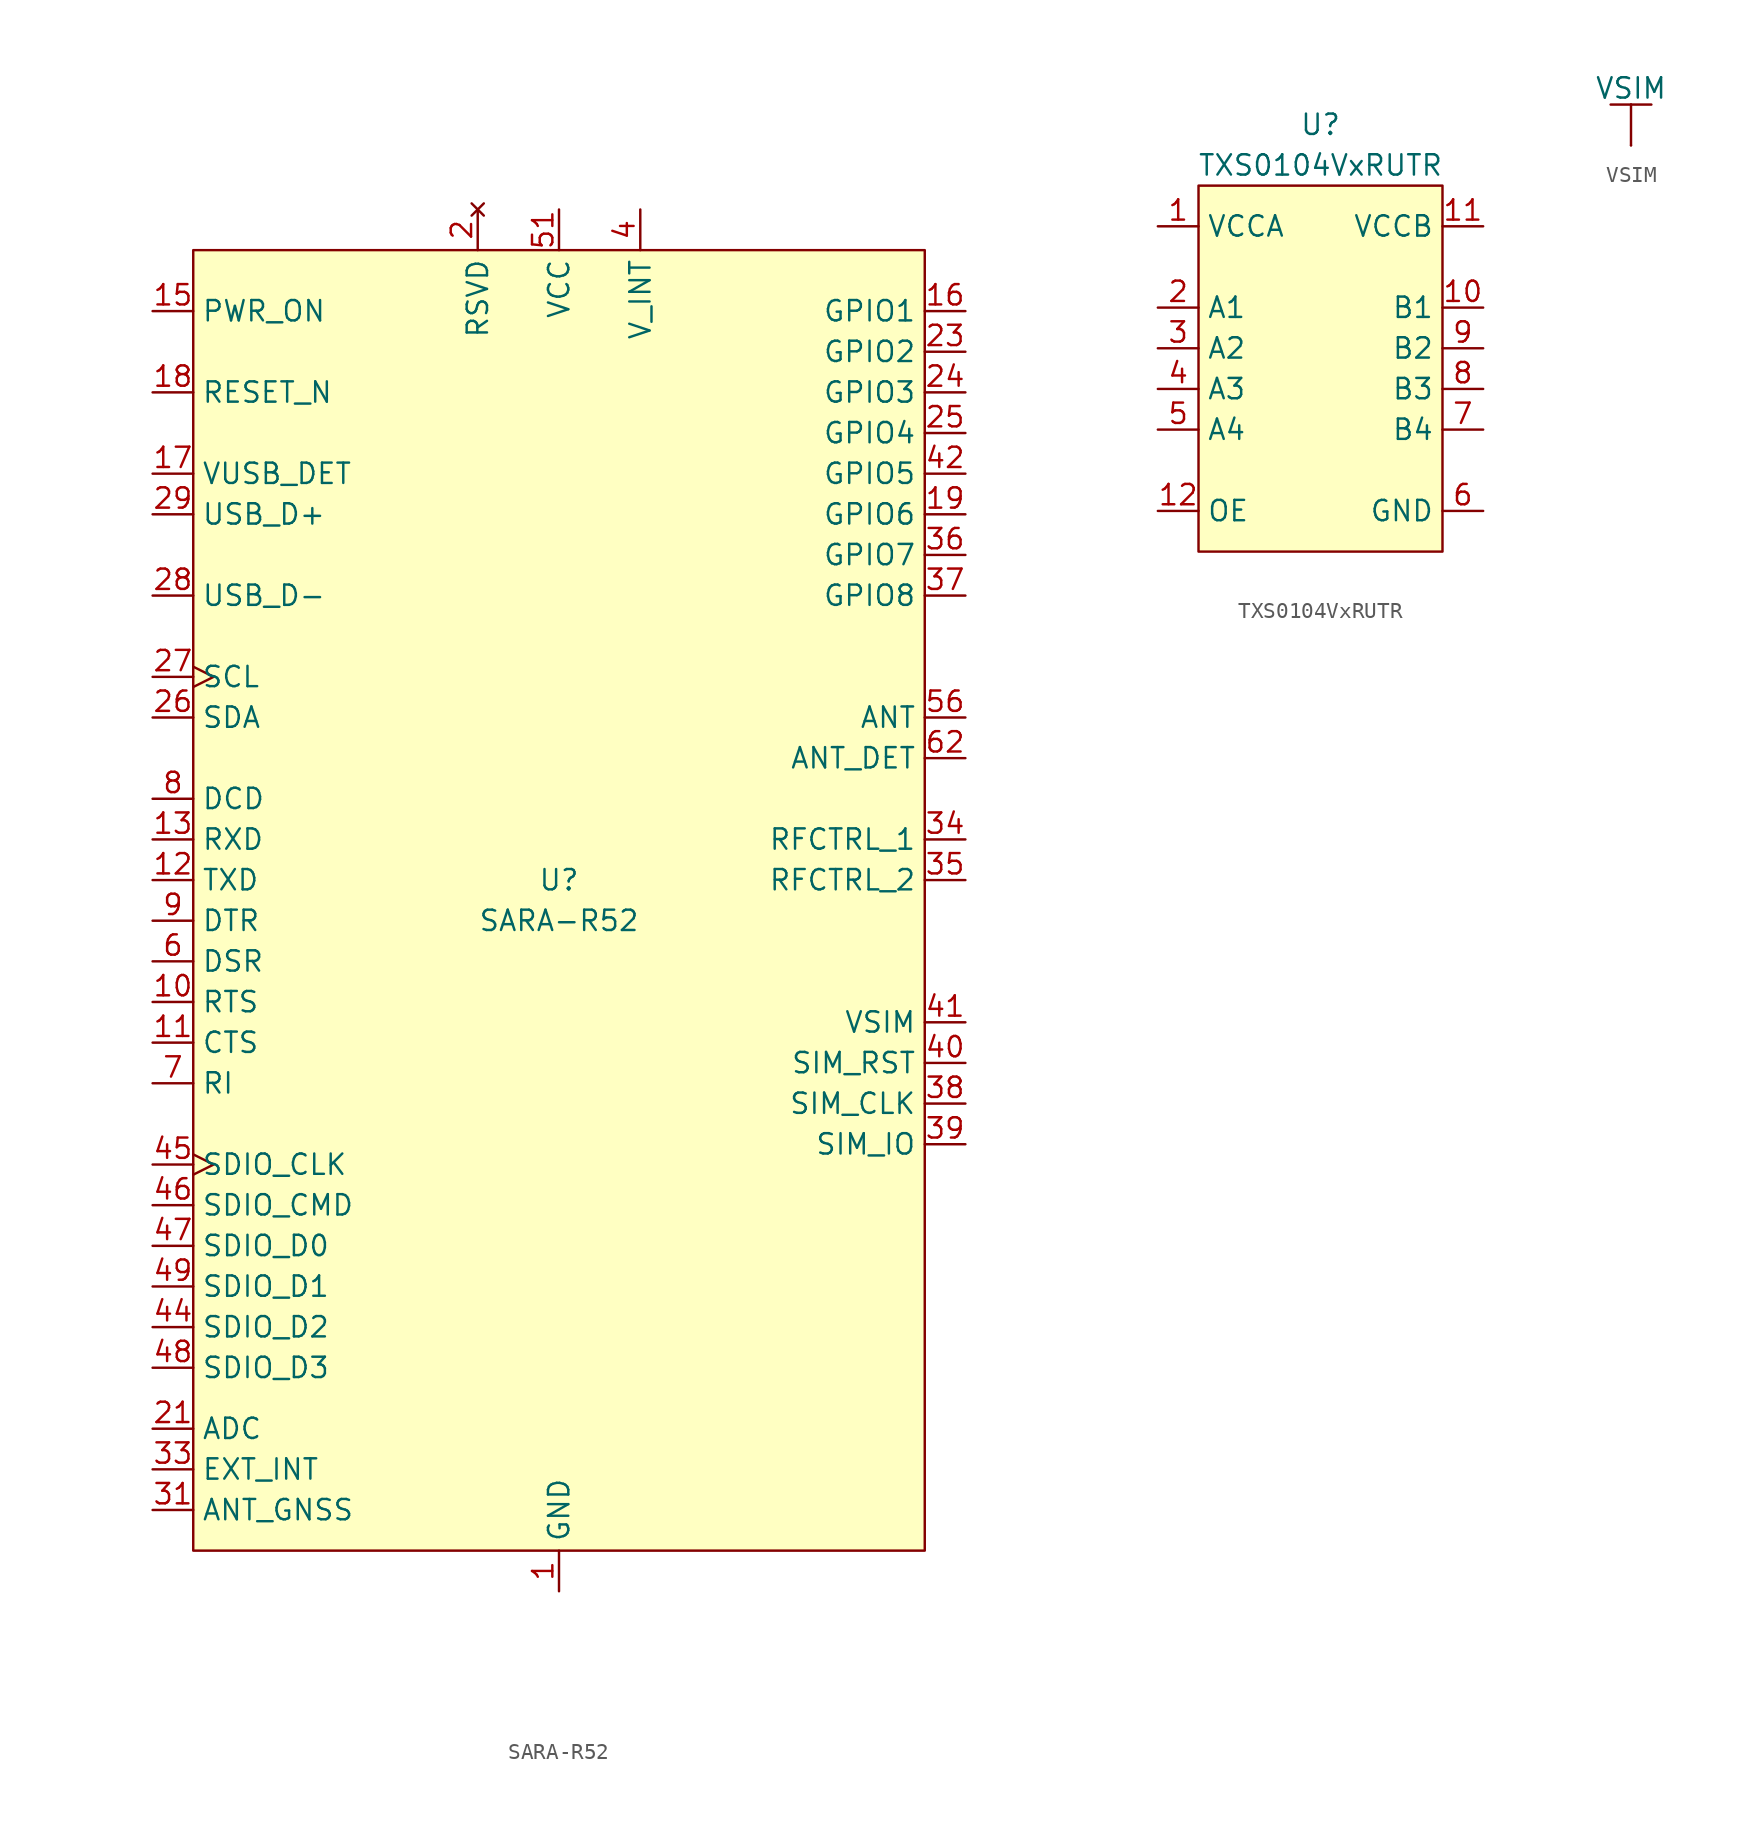
<source format=kicad_sym>
(kicad_symbol_lib
  (version 20231120)
  (generator "kicad_symbol_editor")
  (generator_version "8.0")
  (symbol "SARA-R52"
    (property "Reference" "U"
      (at 0 1.27 0)
      (do_not_autoplace)
      (effects (font (size 1.27 1.27))))
    (property "Value" "SARA-R52"
      (at 0 -1.27 0)
      (do_not_autoplace)
      (effects (font (size 1.27 1.27))))
    (symbol "SARA-R52_0_0"
      (pin passive line (at 0 -43.18 90) (length 2.54) (name "GND" (effects (font (size 1.27 1.27)))) (number "1" (effects (font (size 1.27 1.27)))))
      (pin passive line (at 0 -43.18 90) (length 2.54) hide (name "GND" (effects (font (size 1.27 1.27)))) (number "14" (effects (font (size 1.27 1.27)))))
      (pin bidirectional line (at 25.4 24.13 180) (length 2.54) (name "GPIO6" (effects (font (size 1.27 1.27)))) (number "19" (effects (font (size 1.27 1.27)))))
      (pin bidirectional line (at -25.4 11.43 0) (length 2.54) (name "SDA" (effects (font (size 1.27 1.27)))) (number "26" (effects (font (size 1.27 1.27)))))
      (pin bidirectional clock (at -25.4 13.97 0) (length 2.54) (name "SCL" (effects (font (size 1.27 1.27)))) (number "27" (effects (font (size 1.27 1.27)))))
      (pin passive line (at 0 -43.18 90) (length 2.54) hide (name "GND" (effects (font (size 1.27 1.27)))) (number "3" (effects (font (size 1.27 1.27)))))
      (pin passive line (at 0 -43.18 90) (length 2.54) hide (name "GND" (effects (font (size 1.27 1.27)))) (number "32" (effects (font (size 1.27 1.27)))))
      (pin output line (at 25.4 -12.7 180) (length 2.54) (name "SIM_CLK" (effects (font (size 1.27 1.27)))) (number "38" (effects (font (size 1.27 1.27)))))
      (pin power_out line (at 5.08 43.18 270) (length 2.54) (name "V_INT" (effects (font (size 1.27 1.27)))) (number "4" (effects (font (size 1.27 1.27)))))
      (pin output line (at 25.4 -10.16 180) (length 2.54) (name "SIM_RST" (effects (font (size 1.27 1.27)))) (number "40" (effects (font (size 1.27 1.27)))))
      (pin bidirectional line (at -25.4 -3.81 0) (length 2.54) (name "DSR" (effects (font (size 1.27 1.27)))) (number "6" (effects (font (size 1.27 1.27)))))
      (pin output line (at -25.4 -11.43 0) (length 2.54) (name "RI" (effects (font (size 1.27 1.27)))) (number "7" (effects (font (size 1.27 1.27))))))
    (symbol "SARA-R52_1_0"
      (pin input line (at -25.4 -6.35 0) (length 2.54) (name "RTS" (effects (font (size 1.27 1.27)))) (number "10" (effects (font (size 1.27 1.27)))))
      (pin output line (at -25.4 -8.89 0) (length 2.54) (name "CTS" (effects (font (size 1.27 1.27)))) (number "11" (effects (font (size 1.27 1.27)))))
      (pin input line (at -25.4 1.27 0) (length 2.54) (name "TXD" (effects (font (size 1.27 1.27)))) (number "12" (effects (font (size 1.27 1.27)))))
      (pin output line (at -25.4 3.81 0) (length 2.54) (name "RXD" (effects (font (size 1.27 1.27)))) (number "13" (effects (font (size 1.27 1.27)))))
      (pin input line (at -25.4 36.83 0) (length 2.54) (name "PWR_ON" (effects (font (size 1.27 1.27)))) (number "15" (effects (font (size 1.27 1.27)))))
      (pin bidirectional line (at 25.4 36.83 180) (length 2.54) (name "GPIO1" (effects (font (size 1.27 1.27)))) (number "16" (effects (font (size 1.27 1.27)))))
      (pin input line (at -25.4 26.67 0) (length 2.54) (name "VUSB_DET" (effects (font (size 1.27 1.27)))) (number "17" (effects (font (size 1.27 1.27)))))
      (pin input line (at -25.4 31.75 0) (length 2.54) (name "RESET_N" (effects (font (size 1.27 1.27)))) (number "18" (effects (font (size 1.27 1.27)))))
      (pin no_connect line (at -5.08 43.18 270) (length 2.54) (name "RSVD" (effects (font (size 1.27 1.27)))) (number "2" (effects (font (size 1.27 1.27)))) (alternate "V_BCKP_GNSS" power_in line))
      (pin passive line (at 0 -43.18 90) (length 2.54) hide (name "GND" (effects (font (size 1.27 1.27)))) (number "20" (effects (font (size 1.27 1.27)))))
      (pin input line (at -25.4 -33.02 0) (length 2.54) (name "ADC" (effects (font (size 1.27 1.27)))) (number "21" (effects (font (size 1.27 1.27)))))
      (pin passive line (at 0 -43.18 90) (length 2.54) hide (name "GND" (effects (font (size 1.27 1.27)))) (number "22" (effects (font (size 1.27 1.27)))))
      (pin bidirectional line (at 25.4 34.29 180) (length 2.54) (name "GPIO2" (effects (font (size 1.27 1.27)))) (number "23" (effects (font (size 1.27 1.27)))))
      (pin bidirectional line (at 25.4 31.75 180) (length 2.54) (name "GPIO3" (effects (font (size 1.27 1.27)))) (number "24" (effects (font (size 1.27 1.27)))))
      (pin bidirectional line (at 25.4 29.21 180) (length 2.54) (name "GPIO4" (effects (font (size 1.27 1.27)))) (number "25" (effects (font (size 1.27 1.27)))))
      (pin bidirectional line (at -25.4 19.05 0) (length 2.54) (name "USB_D-" (effects (font (size 1.27 1.27)))) (number "28" (effects (font (size 1.27 1.27)))))
      (pin bidirectional line (at -25.4 24.13 0) (length 2.54) (name "USB_D+" (effects (font (size 1.27 1.27)))) (number "29" (effects (font (size 1.27 1.27)))))
      (pin passive line (at 0 -43.18 90) (length 2.54) hide (name "GND" (effects (font (size 1.27 1.27)))) (number "30" (effects (font (size 1.27 1.27)))))
      (pin input line (at -25.4 -38.1 0) (length 2.54) (name "ANT_GNSS" (effects (font (size 1.27 1.27)))) (number "31" (effects (font (size 1.27 1.27)))))
      (pin input line (at -25.4 -35.56 0) (length 2.54) (name "EXT_INT" (effects (font (size 1.27 1.27)))) (number "33" (effects (font (size 1.27 1.27)))) (alternate "RTC_GNSS" input line))
      (pin output line (at 25.4 3.81 180) (length 2.54) (name "RFCTRL_1" (effects (font (size 1.27 1.27)))) (number "34" (effects (font (size 1.27 1.27)))))
      (pin output line (at 25.4 1.27 180) (length 2.54) (name "RFCTRL_2" (effects (font (size 1.27 1.27)))) (number "35" (effects (font (size 1.27 1.27)))))
      (pin bidirectional line (at 25.4 21.59 180) (length 2.54) (name "GPIO7" (effects (font (size 1.27 1.27)))) (number "36" (effects (font (size 1.27 1.27)))))
      (pin bidirectional line (at 25.4 19.05 180) (length 2.54) (name "GPIO8" (effects (font (size 1.27 1.27)))) (number "37" (effects (font (size 1.27 1.27)))) (alternate "ANT_ON" output line))
      (pin bidirectional line (at 25.4 -15.24 180) (length 2.54) (name "SIM_IO" (effects (font (size 1.27 1.27)))) (number "39" (effects (font (size 1.27 1.27)))))
      (pin power_out line (at 25.4 -7.62 180) (length 2.54) (name "VSIM" (effects (font (size 1.27 1.27)))) (number "41" (effects (font (size 1.27 1.27)))))
      (pin bidirectional line (at 25.4 26.67 180) (length 2.54) (name "GPIO5" (effects (font (size 1.27 1.27)))) (number "42" (effects (font (size 1.27 1.27)))) (alternate "SPI_SDO" output line))
      (pin passive line (at 0 -43.18 90) (length 2.54) hide (name "GND" (effects (font (size 1.27 1.27)))) (number "43" (effects (font (size 1.27 1.27)))) (alternate "SPI_SDI" input line))
      (pin bidirectional line (at -25.4 -26.67 0) (length 2.54) (name "SDIO_D2" (effects (font (size 1.27 1.27)))) (number "44" (effects (font (size 1.27 1.27)))) (alternate "SPI_CS_N" input input_low))
      (pin output clock (at -25.4 -16.51 0) (length 2.54) (name "SDIO_CLK" (effects (font (size 1.27 1.27)))) (number "45" (effects (font (size 1.27 1.27)))) (alternate "SPI_CLK" input clock))
      (pin bidirectional line (at -25.4 -19.05 0) (length 2.54) (name "SDIO_CMD" (effects (font (size 1.27 1.27)))) (number "46" (effects (font (size 1.27 1.27)))))
      (pin bidirectional line (at -25.4 -21.59 0) (length 2.54) (name "SDIO_D0" (effects (font (size 1.27 1.27)))) (number "47" (effects (font (size 1.27 1.27)))))
      (pin bidirectional line (at -25.4 -29.21 0) (length 2.54) (name "SDIO_D3" (effects (font (size 1.27 1.27)))) (number "48" (effects (font (size 1.27 1.27)))))
      (pin bidirectional line (at -25.4 -24.13 0) (length 2.54) (name "SDIO_D1" (effects (font (size 1.27 1.27)))) (number "49" (effects (font (size 1.27 1.27)))))
      (pin passive line (at 0 -43.18 90) (length 2.54) hide (name "GND" (effects (font (size 1.27 1.27)))) (number "5" (effects (font (size 1.27 1.27)))))
      (pin passive line (at 0 -43.18 90) (length 2.54) hide (name "GND" (effects (font (size 1.27 1.27)))) (number "50" (effects (font (size 1.27 1.27)))))
      (pin power_in line (at 0 43.18 270) (length 2.54) (name "VCC" (effects (font (size 1.27 1.27)))) (number "51" (effects (font (size 1.27 1.27)))))
      (pin power_in line (at 0 43.18 270) (length 2.54) hide (name "VCC" (effects (font (size 1.27 1.27)))) (number "52" (effects (font (size 1.27 1.27)))))
      (pin power_in line (at 0 43.18 270) (length 2.54) hide (name "VCC" (effects (font (size 1.27 1.27)))) (number "53" (effects (font (size 1.27 1.27)))))
      (pin passive line (at 0 -43.18 90) (length 2.54) hide (name "GND" (effects (font (size 1.27 1.27)))) (number "54" (effects (font (size 1.27 1.27)))))
      (pin passive line (at 0 -43.18 90) (length 2.54) hide (name "GND" (effects (font (size 1.27 1.27)))) (number "55" (effects (font (size 1.27 1.27)))))
      (pin bidirectional line (at 25.4 11.43 180) (length 2.54) (name "ANT" (effects (font (size 1.27 1.27)))) (number "56" (effects (font (size 1.27 1.27)))))
      (pin passive line (at 0 -43.18 90) (length 2.54) hide (name "GND" (effects (font (size 1.27 1.27)))) (number "57" (effects (font (size 1.27 1.27)))))
      (pin passive line (at 0 -43.18 90) (length 2.54) hide (name "GND" (effects (font (size 1.27 1.27)))) (number "58" (effects (font (size 1.27 1.27)))))
      (pin passive line (at 0 -43.18 90) (length 2.54) hide (name "GND" (effects (font (size 1.27 1.27)))) (number "59" (effects (font (size 1.27 1.27)))))
      (pin passive line (at 0 -43.18 90) (length 2.54) hide (name "GND" (effects (font (size 1.27 1.27)))) (number "60" (effects (font (size 1.27 1.27)))))
      (pin passive line (at 0 -43.18 90) (length 2.54) hide (name "GND" (effects (font (size 1.27 1.27)))) (number "61" (effects (font (size 1.27 1.27)))))
      (pin input line (at 25.4 8.89 180) (length 2.54) (name "ANT_DET" (effects (font (size 1.27 1.27)))) (number "62" (effects (font (size 1.27 1.27)))))
      (pin passive line (at 0 -43.18 90) (length 2.54) hide (name "GND" (effects (font (size 1.27 1.27)))) (number "63" (effects (font (size 1.27 1.27)))))
      (pin passive line (at 0 -43.18 90) (length 2.54) hide (name "GND" (effects (font (size 1.27 1.27)))) (number "64" (effects (font (size 1.27 1.27)))))
      (pin passive line (at 0 -43.18 90) (length 2.54) hide (name "GND" (effects (font (size 1.27 1.27)))) (number "65" (effects (font (size 1.27 1.27)))))
      (pin passive line (at 0 -43.18 90) (length 2.54) hide (name "GND" (effects (font (size 1.27 1.27)))) (number "66" (effects (font (size 1.27 1.27)))))
      (pin passive line (at 0 -43.18 90) (length 2.54) hide (name "GND" (effects (font (size 1.27 1.27)))) (number "67" (effects (font (size 1.27 1.27)))))
      (pin passive line (at 0 -43.18 90) (length 2.54) hide (name "GND" (effects (font (size 1.27 1.27)))) (number "68" (effects (font (size 1.27 1.27)))))
      (pin passive line (at 0 -43.18 90) (length 2.54) hide (name "GND" (effects (font (size 1.27 1.27)))) (number "69" (effects (font (size 1.27 1.27)))))
      (pin passive line (at 0 -43.18 90) (length 2.54) hide (name "GND" (effects (font (size 1.27 1.27)))) (number "70" (effects (font (size 1.27 1.27)))))
      (pin passive line (at 0 -43.18 90) (length 2.54) hide (name "GND" (effects (font (size 1.27 1.27)))) (number "71" (effects (font (size 1.27 1.27)))))
      (pin passive line (at 0 -43.18 90) (length 2.54) hide (name "GND" (effects (font (size 1.27 1.27)))) (number "72" (effects (font (size 1.27 1.27)))))
      (pin passive line (at 0 -43.18 90) (length 2.54) hide (name "GND" (effects (font (size 1.27 1.27)))) (number "73" (effects (font (size 1.27 1.27)))))
      (pin passive line (at 0 -43.18 90) (length 2.54) hide (name "GND" (effects (font (size 1.27 1.27)))) (number "74" (effects (font (size 1.27 1.27)))))
      (pin passive line (at 0 -43.18 90) (length 2.54) hide (name "GND" (effects (font (size 1.27 1.27)))) (number "75" (effects (font (size 1.27 1.27)))))
      (pin passive line (at 0 -43.18 90) (length 2.54) hide (name "GND" (effects (font (size 1.27 1.27)))) (number "76" (effects (font (size 1.27 1.27)))))
      (pin passive line (at 0 -43.18 90) (length 2.54) hide (name "GND" (effects (font (size 1.27 1.27)))) (number "77" (effects (font (size 1.27 1.27)))))
      (pin passive line (at 0 -43.18 90) (length 2.54) hide (name "GND" (effects (font (size 1.27 1.27)))) (number "78" (effects (font (size 1.27 1.27)))))
      (pin passive line (at 0 -43.18 90) (length 2.54) hide (name "GND" (effects (font (size 1.27 1.27)))) (number "79" (effects (font (size 1.27 1.27)))))
      (pin output line (at -25.4 6.35 0) (length 2.54) (name "DCD" (effects (font (size 1.27 1.27)))) (number "8" (effects (font (size 1.27 1.27)))))
      (pin passive line (at 0 -43.18 90) (length 2.54) hide (name "GND" (effects (font (size 1.27 1.27)))) (number "80" (effects (font (size 1.27 1.27)))))
      (pin passive line (at 0 -43.18 90) (length 2.54) hide (name "GND" (effects (font (size 1.27 1.27)))) (number "81" (effects (font (size 1.27 1.27)))))
      (pin passive line (at 0 -43.18 90) (length 2.54) hide (name "GND" (effects (font (size 1.27 1.27)))) (number "82" (effects (font (size 1.27 1.27)))))
      (pin passive line (at 0 -43.18 90) (length 2.54) hide (name "GND" (effects (font (size 1.27 1.27)))) (number "83" (effects (font (size 1.27 1.27)))))
      (pin passive line (at 0 -43.18 90) (length 2.54) hide (name "GND" (effects (font (size 1.27 1.27)))) (number "84" (effects (font (size 1.27 1.27)))))
      (pin passive line (at 0 -43.18 90) (length 2.54) hide (name "GND" (effects (font (size 1.27 1.27)))) (number "85" (effects (font (size 1.27 1.27)))))
      (pin passive line (at 0 -43.18 90) (length 2.54) hide (name "GND" (effects (font (size 1.27 1.27)))) (number "86" (effects (font (size 1.27 1.27)))))
      (pin passive line (at 0 -43.18 90) (length 2.54) hide (name "GND" (effects (font (size 1.27 1.27)))) (number "87" (effects (font (size 1.27 1.27)))))
      (pin passive line (at 0 -43.18 90) (length 2.54) hide (name "GND" (effects (font (size 1.27 1.27)))) (number "88" (effects (font (size 1.27 1.27)))))
      (pin passive line (at 0 -43.18 90) (length 2.54) hide (name "GND" (effects (font (size 1.27 1.27)))) (number "89" (effects (font (size 1.27 1.27)))))
      (pin input line (at -25.4 -1.27 0) (length 2.54) (name "DTR" (effects (font (size 1.27 1.27)))) (number "9" (effects (font (size 1.27 1.27)))))
      (pin passive line (at 0 -43.18 90) (length 2.54) hide (name "GND" (effects (font (size 1.27 1.27)))) (number "90" (effects (font (size 1.27 1.27)))))
      (pin passive line (at 0 -43.18 90) (length 2.54) hide (name "GND" (effects (font (size 1.27 1.27)))) (number "91" (effects (font (size 1.27 1.27)))))
      (pin passive line (at 0 -43.18 90) (length 2.54) hide (name "GND" (effects (font (size 1.27 1.27)))) (number "92" (effects (font (size 1.27 1.27)))))
      (pin passive line (at 0 -43.18 90) (length 2.54) hide (name "GND" (effects (font (size 1.27 1.27)))) (number "93" (effects (font (size 1.27 1.27)))))
      (pin passive line (at 0 -43.18 90) (length 2.54) hide (name "GND" (effects (font (size 1.27 1.27)))) (number "94" (effects (font (size 1.27 1.27)))))
      (pin passive line (at 0 -43.18 90) (length 2.54) hide (name "GND" (effects (font (size 1.27 1.27)))) (number "95" (effects (font (size 1.27 1.27)))))
      (pin passive line (at 0 -43.18 90) (length 2.54) hide (name "GND" (effects (font (size 1.27 1.27)))) (number "96" (effects (font (size 1.27 1.27))))))
    (symbol "SARA-R52_1_1"
      (rectangle (start -22.86 40.64) (end 22.86 -40.64) (stroke (width 0) (type default)) (fill (type background)))))
  (symbol "TXS0104VxRUTR"
    (property "Reference" "U"
      (at 0 15.24 0)
      (do_not_autoplace)
      (effects (font (size 1.27 1.27))))
    (property "Value" "TXS0104VxRUTR"
      (at 0 12.7 0)
      (do_not_autoplace)
      (effects (font (size 1.27 1.27))))
    (symbol "TXS0104VxRUTR_0_0"
      (pin power_in line (at -10.16 8.89 0) (length 2.54) (name "VCCA" (effects (font (size 1.27 1.27)))) (number "1" (effects (font (size 1.27 1.27)))))
      (pin bidirectional line (at 10.16 3.81 180) (length 2.54) (name "B1" (effects (font (size 1.27 1.27)))) (number "10" (effects (font (size 1.27 1.27)))))
      (pin power_in line (at 10.16 8.89 180) (length 2.54) (name "VCCB" (effects (font (size 1.27 1.27)))) (number "11" (effects (font (size 1.27 1.27)))))
      (pin input line (at -10.16 -8.89 0) (length 2.54) (name "OE" (effects (font (size 1.27 1.27)))) (number "12" (effects (font (size 1.27 1.27)))))
      (pin bidirectional line (at -10.16 3.81 0) (length 2.54) (name "A1" (effects (font (size 1.27 1.27)))) (number "2" (effects (font (size 1.27 1.27)))))
      (pin bidirectional line (at -10.16 1.27 0) (length 2.54) (name "A2" (effects (font (size 1.27 1.27)))) (number "3" (effects (font (size 1.27 1.27)))))
      (pin bidirectional line (at -10.16 -1.27 0) (length 2.54) (name "A3" (effects (font (size 1.27 1.27)))) (number "4" (effects (font (size 1.27 1.27)))))
      (pin bidirectional line (at -10.16 -3.81 0) (length 2.54) (name "A4" (effects (font (size 1.27 1.27)))) (number "5" (effects (font (size 1.27 1.27)))))
      (pin passive line (at 10.16 -8.89 180) (length 2.54) (name "GND" (effects (font (size 1.27 1.27)))) (number "6" (effects (font (size 1.27 1.27)))))
      (pin bidirectional line (at 10.16 -3.81 180) (length 2.54) (name "B4" (effects (font (size 1.27 1.27)))) (number "7" (effects (font (size 1.27 1.27)))))
      (pin bidirectional line (at 10.16 -1.27 180) (length 2.54) (name "B3" (effects (font (size 1.27 1.27)))) (number "8" (effects (font (size 1.27 1.27)))))
      (pin bidirectional line (at 10.16 1.27 180) (length 2.54) (name "B2" (effects (font (size 1.27 1.27)))) (number "9" (effects (font (size 1.27 1.27))))))
    (symbol "TXS0104VxRUTR_1_1"
      (rectangle (start -7.62 11.43) (end 7.62 -11.43) (stroke (width 0) (type default)) (fill (type background)))))
  (symbol "VSIM"
    (power)
    (pin_numbers hide)
    (pin_names
      (offset 0) hide)
    (property "Reference" "#PWR"
      (at 0 0 0)
      (effects (font (size 1.27 1.27)) (hide yes)))
    (property "Value" "VSIM"
      (at 0 3.556 0)
      (do_not_autoplace)
      (effects (font (size 1.27 1.27))))
    (symbol "VSIM_0_1"
      (polyline (pts (xy -1.27 2.54) (xy 0 2.54)) (stroke (width 0) (type default)) (fill (type none)))
      (polyline (pts (xy 0 0) (xy 0 2.54)) (stroke (width 0) (type default)) (fill (type none)))
      (polyline (pts (xy 0 2.54) (xy 1.27 2.54)) (stroke (width 0) (type default)) (fill (type none))))
    (symbol "VSIM_1_1"
      (pin power_in line (at 0 0 90) (length 0) (name "~" (effects (font (size 1.27 1.27)))) (number "1" (effects (font (size 1.27 1.27))))))))
</source>
